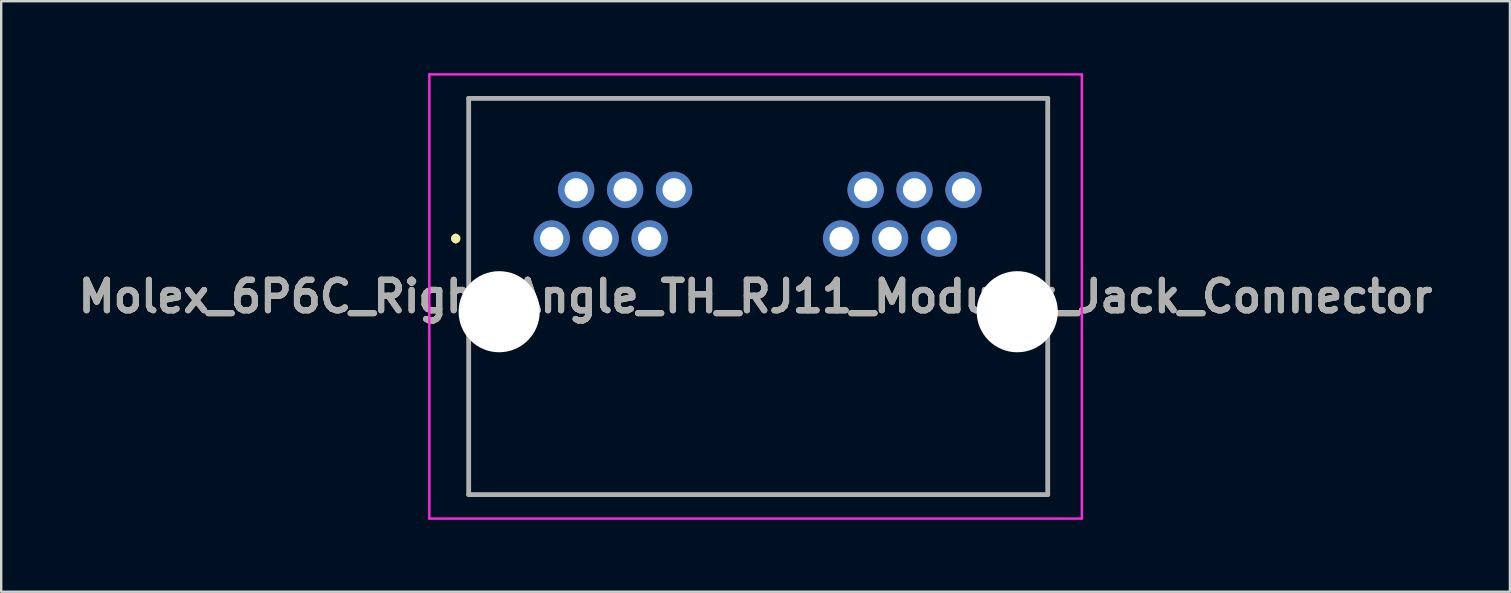
<source format=kicad_pcb>
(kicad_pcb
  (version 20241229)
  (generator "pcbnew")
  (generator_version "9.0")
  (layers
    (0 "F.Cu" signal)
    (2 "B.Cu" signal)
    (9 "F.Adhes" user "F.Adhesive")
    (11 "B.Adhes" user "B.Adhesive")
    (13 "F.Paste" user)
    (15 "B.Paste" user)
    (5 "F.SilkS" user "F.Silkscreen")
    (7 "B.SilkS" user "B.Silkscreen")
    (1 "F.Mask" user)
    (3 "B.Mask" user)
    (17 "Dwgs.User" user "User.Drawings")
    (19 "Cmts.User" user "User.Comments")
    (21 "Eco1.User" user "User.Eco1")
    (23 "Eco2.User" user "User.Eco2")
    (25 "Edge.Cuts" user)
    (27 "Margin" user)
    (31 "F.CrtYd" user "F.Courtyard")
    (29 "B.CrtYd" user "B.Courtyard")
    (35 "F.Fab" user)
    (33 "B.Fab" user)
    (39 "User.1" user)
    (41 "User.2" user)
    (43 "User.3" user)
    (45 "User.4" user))
  (footprint "Molex_6P6C_Right_Angle_TH_RJ11_Modular_Jack_Connector"
    (layer "F.Cu")
    (at 19.941 6.89)
    (property "Reference" "Molex_6P6C_Right_Angle_TH_RJ11_Modular_Jack_Connector" (at 8.495 2.415 0) (layer "F.SilkS") (effects (font (size 1.27 1.27) (thickness 0.254))))
    (attr through_hole)
    (fp_line (start -4 -0.1) (end -4 -0.1) (stroke (width 0.2) (type solid)) (layer "F.SilkS"))
    (fp_line (start -4 0.1) (end -4 0.1) (stroke (width 0.2) (type solid)) (layer "F.SilkS"))
    (fp_line (start -3.46 -5.84) (end 20.67 -5.84) (stroke (width 0.1) (type solid)) (layer "F.SilkS"))
    (fp_line (start -3.46 1.02) (end -3.46 -5.84) (stroke (width 0.1) (type solid)) (layer "F.SilkS"))
    (fp_line (start -3.46 5.08) (end -3.46 10.67) (stroke (width 0.1) (type solid)) (layer "F.SilkS"))
    (fp_line (start -3.46 10.67) (end 20.67 10.67) (stroke (width 0.1) (type solid)) (layer "F.SilkS"))
    (fp_line (start 20.67 -5.84) (end 20.67 1.02) (stroke (width 0.1) (type solid)) (layer "F.SilkS"))
    (fp_line (start 20.67 10.67) (end 20.67 5.08) (stroke (width 0.1) (type solid)) (layer "F.SilkS"))
    (fp_arc (start -4 -0.1) (mid -3.9 0) (end -4 0.1) (stroke (width 0.2) (type solid)) (layer "F.SilkS"))
    (fp_arc (start -4 0.1) (mid -4.1 0) (end -4 -0.1) (stroke (width 0.2) (type solid)) (layer "F.SilkS"))
    (fp_line (start -5.1 -6.84) (end 22.09 -6.84) (stroke (width 0.1) (type solid)) (layer "F.CrtYd"))
    (fp_line (start -5.1 11.67) (end -5.1 -6.84) (stroke (width 0.1) (type solid)) (layer "F.CrtYd"))
    (fp_line (start 22.09 -6.84) (end 22.09 11.67) (stroke (width 0.1) (type solid)) (layer "F.CrtYd"))
    (fp_line (start 22.09 11.67) (end -5.1 11.67) (stroke (width 0.1) (type solid)) (layer "F.CrtYd"))
    (fp_line (start -3.46 -5.84) (end 20.67 -5.84) (stroke (width 0.2) (type solid)) (layer "F.Fab"))
    (fp_line (start -3.46 10.67) (end -3.46 -5.84) (stroke (width 0.2) (type solid)) (layer "F.Fab"))
    (fp_line (start 20.67 -5.84) (end 20.67 10.67) (stroke (width 0.2) (type solid)) (layer "F.Fab"))
    (fp_line (start 20.67 10.67) (end -3.46 10.67) (stroke (width 0.2) (type solid)) (layer "F.Fab"))
    (fp_text user "${REFERENCE}" (at 8.495 2.415 0) (layer "F.Fab") (effects (font (size 1.27 1.27) (thickness 0.254))))
    (pad "" np_thru_hole circle (at -2.19 3.05) (size 3.38 3.38) (drill 3.38) (layers "*.Cu" "*.Mask"))
    (pad "" np_thru_hole circle (at 19.4 3.05) (size 3.38 3.38) (drill 3.38) (layers "*.Cu" "*.Mask"))
    (pad "A1" thru_hole circle (at 0 0) (size 1.509 1.509) (drill 0.97) (layers "*.Cu" "*.Mask"))
    (pad "A2" thru_hole circle (at 1.02 -2.03) (size 1.509 1.509) (drill 0.97) (layers "*.Cu" "*.Mask"))
    (pad "A3" thru_hole circle (at 2.04 0) (size 1.509 1.509) (drill 0.97) (layers "*.Cu" "*.Mask"))
    (pad "A4" thru_hole circle (at 3.06 -2.03) (size 1.509 1.509) (drill 0.97) (layers "*.Cu" "*.Mask"))
    (pad "A5" thru_hole circle (at 4.08 0) (size 1.509 1.509) (drill 0.97) (layers "*.Cu" "*.Mask"))
    (pad "A6" thru_hole circle (at 5.1 -2.03) (size 1.509 1.509) (drill 0.97) (layers "*.Cu" "*.Mask"))
    (pad "B1" thru_hole circle (at 12.06 0) (size 1.509 1.509) (drill 0.97) (layers "*.Cu" "*.Mask"))
    (pad "B2" thru_hole circle (at 13.08 -2.03) (size 1.509 1.509) (drill 0.97) (layers "*.Cu" "*.Mask"))
    (pad "B3" thru_hole circle (at 14.1 0) (size 1.509 1.509) (drill 0.97) (layers "*.Cu" "*.Mask"))
    (pad "B4" thru_hole circle (at 15.12 -2.03) (size 1.509 1.509) (drill 0.97) (layers "*.Cu" "*.Mask"))
    (pad "B5" thru_hole circle (at 16.14 0) (size 1.509 1.509) (drill 0.97) (layers "*.Cu" "*.Mask"))
    (pad "B6" thru_hole circle (at 17.16 -2.03) (size 1.509 1.509) (drill 0.97) (layers "*.Cu" "*.Mask")))
  (gr_rect
    (start -3 -3)
    (end 59.872 21.61)
    (stroke (width 0.1) (type default))
    (fill no)
    (layer "Edge.Cuts")))
</source>
